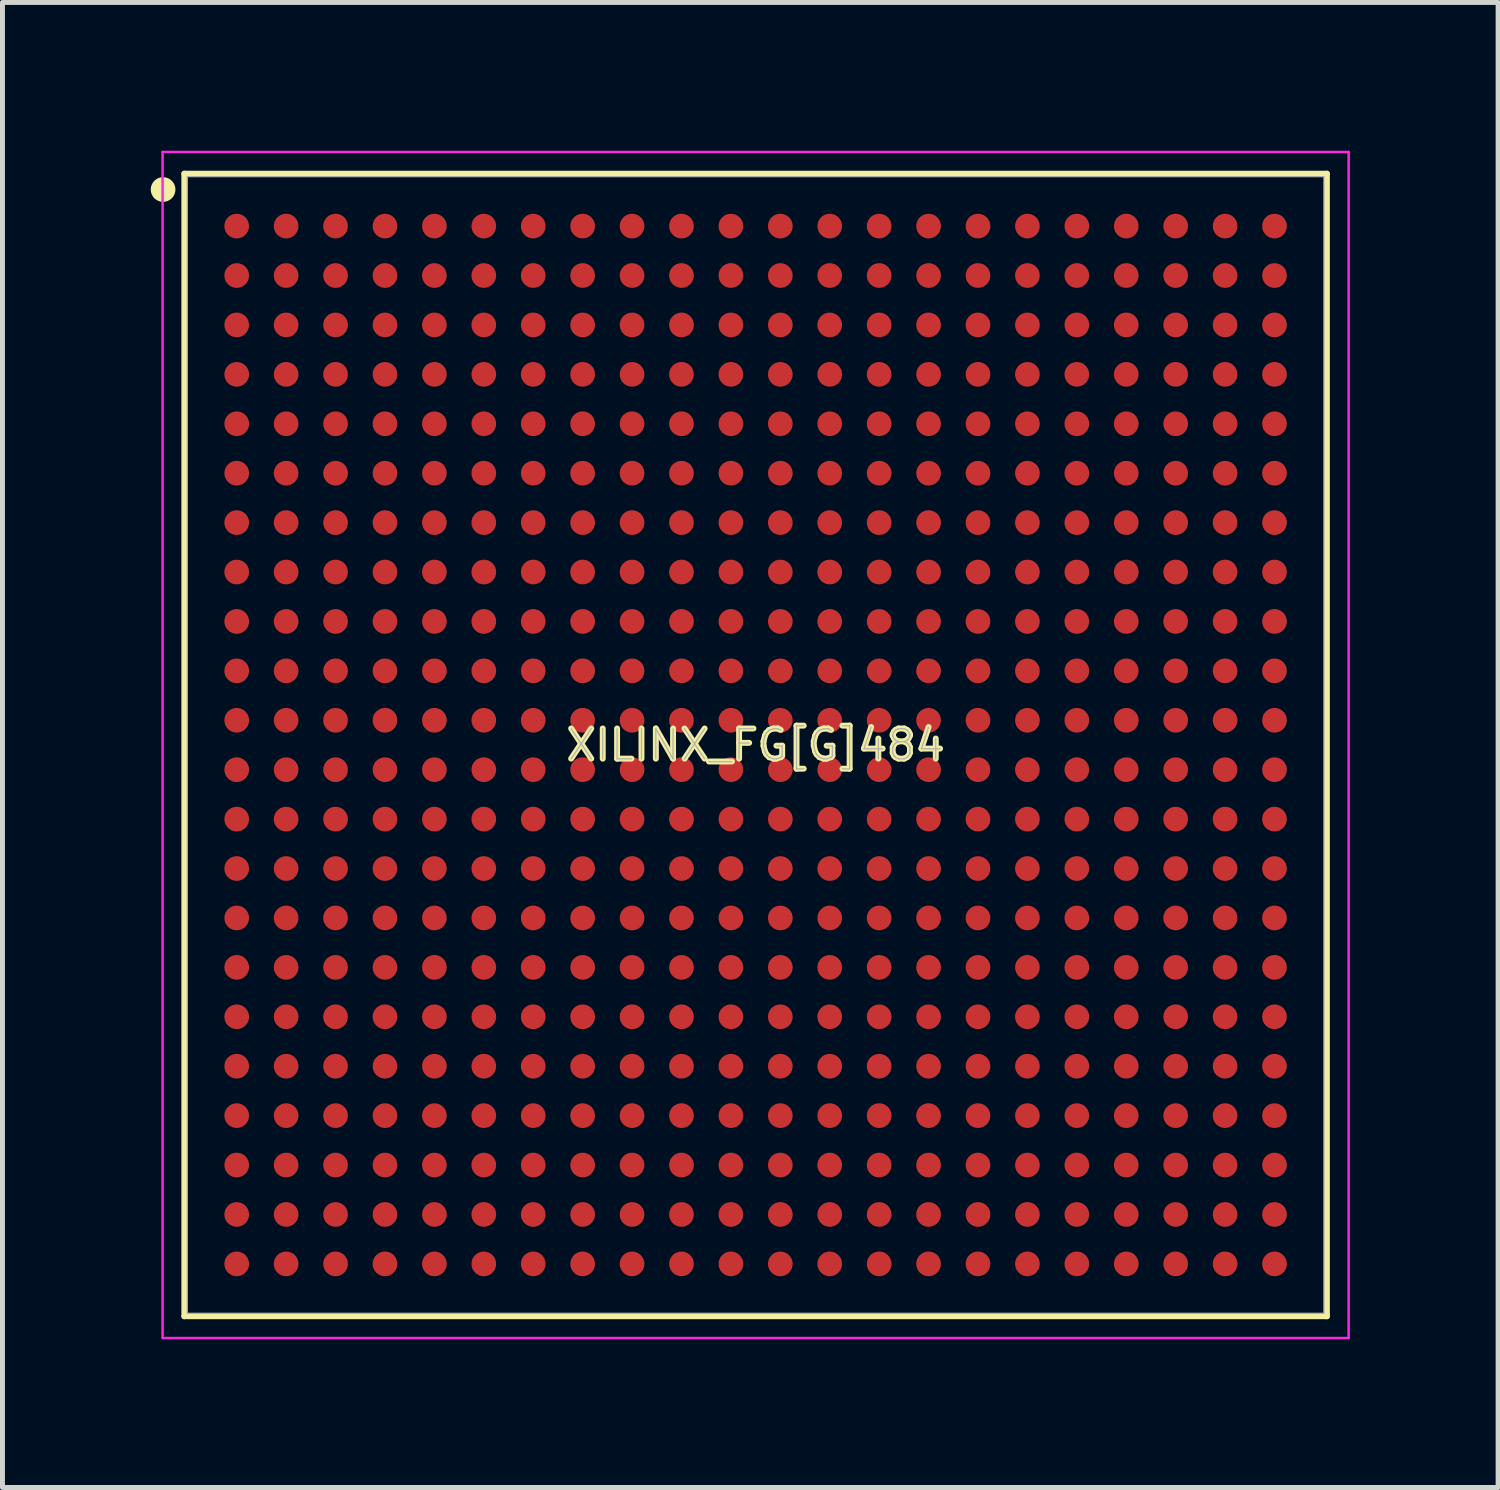
<source format=kicad_pcb>
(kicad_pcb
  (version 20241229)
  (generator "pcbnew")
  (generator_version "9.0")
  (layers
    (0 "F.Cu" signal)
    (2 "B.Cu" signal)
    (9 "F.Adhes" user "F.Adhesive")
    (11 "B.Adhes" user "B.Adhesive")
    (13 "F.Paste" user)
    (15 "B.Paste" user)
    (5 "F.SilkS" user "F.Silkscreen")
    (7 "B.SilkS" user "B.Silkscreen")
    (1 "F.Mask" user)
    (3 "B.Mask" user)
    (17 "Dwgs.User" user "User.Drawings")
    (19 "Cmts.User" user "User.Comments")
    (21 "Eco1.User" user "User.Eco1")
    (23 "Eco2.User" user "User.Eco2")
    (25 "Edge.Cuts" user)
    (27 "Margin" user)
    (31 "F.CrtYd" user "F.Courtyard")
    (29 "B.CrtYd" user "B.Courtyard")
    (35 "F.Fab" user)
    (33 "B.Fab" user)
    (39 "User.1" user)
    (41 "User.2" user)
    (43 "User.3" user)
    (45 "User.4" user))
  (footprint "XILINX_FG[G]484"
    (layer "F.Cu")
    (at 12.24 12.025)
    (property "Reference" "XILINX_FG[G]484" (at 0 0 0) (layer "F.SilkS") (effects (font (size 0.61 0.61) (thickness 0.12))))
    (attr smd)
    (fp_line (start -11.56 -11.56) (end -11.56 11.56) (stroke (width 0.12) (type solid)) (layer "F.SilkS"))
    (fp_line (start -11.56 11.56) (end 11.56 11.56) (stroke (width 0.12) (type solid)) (layer "F.SilkS"))
    (fp_line (start 11.56 -11.56) (end -11.56 -11.56) (stroke (width 0.12) (type solid)) (layer "F.SilkS"))
    (fp_line (start 11.56 11.56) (end 11.56 -11.56) (stroke (width 0.12) (type solid)) (layer "F.SilkS"))
    (fp_circle (center -11.99 -11.24) (end -11.865 -11.24) (stroke (width 0.25) (type solid)) (fill no) (layer "F.SilkS"))
    (fp_line (start -12 -12) (end 12 -12) (stroke (width 0.05) (type solid)) (layer "F.CrtYd"))
    (fp_line (start -12 12) (end -12 -12) (stroke (width 0.05) (type solid)) (layer "F.CrtYd"))
    (fp_line (start 12 -12) (end 12 12) (stroke (width 0.05) (type solid)) (layer "F.CrtYd"))
    (fp_line (start 12 12) (end -12 12) (stroke (width 0.05) (type solid)) (layer "F.CrtYd"))
    (fp_line (start -11.5 -11.5) (end 11.5 -11.5) (stroke (width 0.025) (type solid)) (layer "F.Fab"))
    (fp_line (start -11.5 11.5) (end -11.5 -11.5) (stroke (width 0.025) (type solid)) (layer "F.Fab"))
    (fp_line (start 11.5 -11.5) (end 11.5 11.5) (stroke (width 0.025) (type solid)) (layer "F.Fab"))
    (fp_line (start 11.5 11.5) (end -11.5 11.5) (stroke (width 0.025) (type solid)) (layer "F.Fab"))
    (fp_text user "${REFERENCE}" (at 0 0 0) (layer "F.Fab") (effects (font (size 0.61 0.61) (thickness 0.025))))
    (pad "A1" smd circle (at -10.5 -10.5) (size 0.5 0.5) (layers "F.Cu" "F.Mask" "F.Paste"))
    (pad "A2" smd circle (at -9.5 -10.5) (size 0.5 0.5) (layers "F.Cu" "F.Mask" "F.Paste"))
    (pad "A3" smd circle (at -8.5 -10.5) (size 0.5 0.5) (layers "F.Cu" "F.Mask" "F.Paste"))
    (pad "A4" smd circle (at -7.5 -10.5) (size 0.5 0.5) (layers "F.Cu" "F.Mask" "F.Paste"))
    (pad "A5" smd circle (at -6.5 -10.5) (size 0.5 0.5) (layers "F.Cu" "F.Mask" "F.Paste"))
    (pad "A6" smd circle (at -5.5 -10.5) (size 0.5 0.5) (layers "F.Cu" "F.Mask" "F.Paste"))
    (pad "A7" smd circle (at -4.5 -10.5) (size 0.5 0.5) (layers "F.Cu" "F.Mask" "F.Paste"))
    (pad "A8" smd circle (at -3.5 -10.5) (size 0.5 0.5) (layers "F.Cu" "F.Mask" "F.Paste"))
    (pad "A9" smd circle (at -2.5 -10.5) (size 0.5 0.5) (layers "F.Cu" "F.Mask" "F.Paste"))
    (pad "A10" smd circle (at -1.5 -10.5) (size 0.5 0.5) (layers "F.Cu" "F.Mask" "F.Paste"))
    (pad "A11" smd circle (at -0.5 -10.5) (size 0.5 0.5) (layers "F.Cu" "F.Mask" "F.Paste"))
    (pad "A12" smd circle (at 0.5 -10.5) (size 0.5 0.5) (layers "F.Cu" "F.Mask" "F.Paste"))
    (pad "A13" smd circle (at 1.5 -10.5) (size 0.5 0.5) (layers "F.Cu" "F.Mask" "F.Paste"))
    (pad "A14" smd circle (at 2.5 -10.5) (size 0.5 0.5) (layers "F.Cu" "F.Mask" "F.Paste"))
    (pad "A15" smd circle (at 3.5 -10.5) (size 0.5 0.5) (layers "F.Cu" "F.Mask" "F.Paste"))
    (pad "A16" smd circle (at 4.5 -10.5) (size 0.5 0.5) (layers "F.Cu" "F.Mask" "F.Paste"))
    (pad "A17" smd circle (at 5.5 -10.5) (size 0.5 0.5) (layers "F.Cu" "F.Mask" "F.Paste"))
    (pad "A18" smd circle (at 6.5 -10.5) (size 0.5 0.5) (layers "F.Cu" "F.Mask" "F.Paste"))
    (pad "A19" smd circle (at 7.5 -10.5) (size 0.5 0.5) (layers "F.Cu" "F.Mask" "F.Paste"))
    (pad "A20" smd circle (at 8.5 -10.5) (size 0.5 0.5) (layers "F.Cu" "F.Mask" "F.Paste"))
    (pad "A21" smd circle (at 9.5 -10.5) (size 0.5 0.5) (layers "F.Cu" "F.Mask" "F.Paste"))
    (pad "A22" smd circle (at 10.5 -10.5) (size 0.5 0.5) (layers "F.Cu" "F.Mask" "F.Paste"))
    (pad "AA1" smd circle (at -10.5 9.5) (size 0.5 0.5) (layers "F.Cu" "F.Mask" "F.Paste"))
    (pad "AA2" smd circle (at -9.5 9.5) (size 0.5 0.5) (layers "F.Cu" "F.Mask" "F.Paste"))
    (pad "AA3" smd circle (at -8.5 9.5) (size 0.5 0.5) (layers "F.Cu" "F.Mask" "F.Paste"))
    (pad "AA4" smd circle (at -7.5 9.5) (size 0.5 0.5) (layers "F.Cu" "F.Mask" "F.Paste"))
    (pad "AA5" smd circle (at -6.5 9.5) (size 0.5 0.5) (layers "F.Cu" "F.Mask" "F.Paste"))
    (pad "AA6" smd circle (at -5.5 9.5) (size 0.5 0.5) (layers "F.Cu" "F.Mask" "F.Paste"))
    (pad "AA7" smd circle (at -4.5 9.5) (size 0.5 0.5) (layers "F.Cu" "F.Mask" "F.Paste"))
    (pad "AA8" smd circle (at -3.5 9.5) (size 0.5 0.5) (layers "F.Cu" "F.Mask" "F.Paste"))
    (pad "AA9" smd circle (at -2.5 9.5) (size 0.5 0.5) (layers "F.Cu" "F.Mask" "F.Paste"))
    (pad "AA10" smd circle (at -1.5 9.5) (size 0.5 0.5) (layers "F.Cu" "F.Mask" "F.Paste"))
    (pad "AA11" smd circle (at -0.5 9.5) (size 0.5 0.5) (layers "F.Cu" "F.Mask" "F.Paste"))
    (pad "AA12" smd circle (at 0.5 9.5) (size 0.5 0.5) (layers "F.Cu" "F.Mask" "F.Paste"))
    (pad "AA13" smd circle (at 1.5 9.5) (size 0.5 0.5) (layers "F.Cu" "F.Mask" "F.Paste"))
    (pad "AA14" smd circle (at 2.5 9.5) (size 0.5 0.5) (layers "F.Cu" "F.Mask" "F.Paste"))
    (pad "AA15" smd circle (at 3.5 9.5) (size 0.5 0.5) (layers "F.Cu" "F.Mask" "F.Paste"))
    (pad "AA16" smd circle (at 4.5 9.5) (size 0.5 0.5) (layers "F.Cu" "F.Mask" "F.Paste"))
    (pad "AA17" smd circle (at 5.5 9.5) (size 0.5 0.5) (layers "F.Cu" "F.Mask" "F.Paste"))
    (pad "AA18" smd circle (at 6.5 9.5) (size 0.5 0.5) (layers "F.Cu" "F.Mask" "F.Paste"))
    (pad "AA19" smd circle (at 7.5 9.5) (size 0.5 0.5) (layers "F.Cu" "F.Mask" "F.Paste"))
    (pad "AA20" smd circle (at 8.5 9.5) (size 0.5 0.5) (layers "F.Cu" "F.Mask" "F.Paste"))
    (pad "AA21" smd circle (at 9.5 9.5) (size 0.5 0.5) (layers "F.Cu" "F.Mask" "F.Paste"))
    (pad "AA22" smd circle (at 10.5 9.5) (size 0.5 0.5) (layers "F.Cu" "F.Mask" "F.Paste"))
    (pad "AB1" smd circle (at -10.5 10.5) (size 0.5 0.5) (layers "F.Cu" "F.Mask" "F.Paste"))
    (pad "AB2" smd circle (at -9.5 10.5) (size 0.5 0.5) (layers "F.Cu" "F.Mask" "F.Paste"))
    (pad "AB3" smd circle (at -8.5 10.5) (size 0.5 0.5) (layers "F.Cu" "F.Mask" "F.Paste"))
    (pad "AB4" smd circle (at -7.5 10.5) (size 0.5 0.5) (layers "F.Cu" "F.Mask" "F.Paste"))
    (pad "AB5" smd circle (at -6.5 10.5) (size 0.5 0.5) (layers "F.Cu" "F.Mask" "F.Paste"))
    (pad "AB6" smd circle (at -5.5 10.5) (size 0.5 0.5) (layers "F.Cu" "F.Mask" "F.Paste"))
    (pad "AB7" smd circle (at -4.5 10.5) (size 0.5 0.5) (layers "F.Cu" "F.Mask" "F.Paste"))
    (pad "AB8" smd circle (at -3.5 10.5) (size 0.5 0.5) (layers "F.Cu" "F.Mask" "F.Paste"))
    (pad "AB9" smd circle (at -2.5 10.5) (size 0.5 0.5) (layers "F.Cu" "F.Mask" "F.Paste"))
    (pad "AB10" smd circle (at -1.5 10.5) (size 0.5 0.5) (layers "F.Cu" "F.Mask" "F.Paste"))
    (pad "AB11" smd circle (at -0.5 10.5) (size 0.5 0.5) (layers "F.Cu" "F.Mask" "F.Paste"))
    (pad "AB12" smd circle (at 0.5 10.5) (size 0.5 0.5) (layers "F.Cu" "F.Mask" "F.Paste"))
    (pad "AB13" smd circle (at 1.5 10.5) (size 0.5 0.5) (layers "F.Cu" "F.Mask" "F.Paste"))
    (pad "AB14" smd circle (at 2.5 10.5) (size 0.5 0.5) (layers "F.Cu" "F.Mask" "F.Paste"))
    (pad "AB15" smd circle (at 3.5 10.5) (size 0.5 0.5) (layers "F.Cu" "F.Mask" "F.Paste"))
    (pad "AB16" smd circle (at 4.5 10.5) (size 0.5 0.5) (layers "F.Cu" "F.Mask" "F.Paste"))
    (pad "AB17" smd circle (at 5.5 10.5) (size 0.5 0.5) (layers "F.Cu" "F.Mask" "F.Paste"))
    (pad "AB18" smd circle (at 6.5 10.5) (size 0.5 0.5) (layers "F.Cu" "F.Mask" "F.Paste"))
    (pad "AB19" smd circle (at 7.5 10.5) (size 0.5 0.5) (layers "F.Cu" "F.Mask" "F.Paste"))
    (pad "AB20" smd circle (at 8.5 10.5) (size 0.5 0.5) (layers "F.Cu" "F.Mask" "F.Paste"))
    (pad "AB21" smd circle (at 9.5 10.5) (size 0.5 0.5) (layers "F.Cu" "F.Mask" "F.Paste"))
    (pad "AB22" smd circle (at 10.5 10.5) (size 0.5 0.5) (layers "F.Cu" "F.Mask" "F.Paste"))
    (pad "B1" smd circle (at -10.5 -9.5) (size 0.5 0.5) (layers "F.Cu" "F.Mask" "F.Paste"))
    (pad "B2" smd circle (at -9.5 -9.5) (size 0.5 0.5) (layers "F.Cu" "F.Mask" "F.Paste"))
    (pad "B3" smd circle (at -8.5 -9.5) (size 0.5 0.5) (layers "F.Cu" "F.Mask" "F.Paste"))
    (pad "B4" smd circle (at -7.5 -9.5) (size 0.5 0.5) (layers "F.Cu" "F.Mask" "F.Paste"))
    (pad "B5" smd circle (at -6.5 -9.5) (size 0.5 0.5) (layers "F.Cu" "F.Mask" "F.Paste"))
    (pad "B6" smd circle (at -5.5 -9.5) (size 0.5 0.5) (layers "F.Cu" "F.Mask" "F.Paste"))
    (pad "B7" smd circle (at -4.5 -9.5) (size 0.5 0.5) (layers "F.Cu" "F.Mask" "F.Paste"))
    (pad "B8" smd circle (at -3.5 -9.5) (size 0.5 0.5) (layers "F.Cu" "F.Mask" "F.Paste"))
    (pad "B9" smd circle (at -2.5 -9.5) (size 0.5 0.5) (layers "F.Cu" "F.Mask" "F.Paste"))
    (pad "B10" smd circle (at -1.5 -9.5) (size 0.5 0.5) (layers "F.Cu" "F.Mask" "F.Paste"))
    (pad "B11" smd circle (at -0.5 -9.5) (size 0.5 0.5) (layers "F.Cu" "F.Mask" "F.Paste"))
    (pad "B12" smd circle (at 0.5 -9.5) (size 0.5 0.5) (layers "F.Cu" "F.Mask" "F.Paste"))
    (pad "B13" smd circle (at 1.5 -9.5) (size 0.5 0.5) (layers "F.Cu" "F.Mask" "F.Paste"))
    (pad "B14" smd circle (at 2.5 -9.5) (size 0.5 0.5) (layers "F.Cu" "F.Mask" "F.Paste"))
    (pad "B15" smd circle (at 3.5 -9.5) (size 0.5 0.5) (layers "F.Cu" "F.Mask" "F.Paste"))
    (pad "B16" smd circle (at 4.5 -9.5) (size 0.5 0.5) (layers "F.Cu" "F.Mask" "F.Paste"))
    (pad "B17" smd circle (at 5.5 -9.5) (size 0.5 0.5) (layers "F.Cu" "F.Mask" "F.Paste"))
    (pad "B18" smd circle (at 6.5 -9.5) (size 0.5 0.5) (layers "F.Cu" "F.Mask" "F.Paste"))
    (pad "B19" smd circle (at 7.5 -9.5) (size 0.5 0.5) (layers "F.Cu" "F.Mask" "F.Paste"))
    (pad "B20" smd circle (at 8.5 -9.5) (size 0.5 0.5) (layers "F.Cu" "F.Mask" "F.Paste"))
    (pad "B21" smd circle (at 9.5 -9.5) (size 0.5 0.5) (layers "F.Cu" "F.Mask" "F.Paste"))
    (pad "B22" smd circle (at 10.5 -9.5) (size 0.5 0.5) (layers "F.Cu" "F.Mask" "F.Paste"))
    (pad "C1" smd circle (at -10.5 -8.5) (size 0.5 0.5) (layers "F.Cu" "F.Mask" "F.Paste"))
    (pad "C2" smd circle (at -9.5 -8.5) (size 0.5 0.5) (layers "F.Cu" "F.Mask" "F.Paste"))
    (pad "C3" smd circle (at -8.5 -8.5) (size 0.5 0.5) (layers "F.Cu" "F.Mask" "F.Paste"))
    (pad "C4" smd circle (at -7.5 -8.5) (size 0.5 0.5) (layers "F.Cu" "F.Mask" "F.Paste"))
    (pad "C5" smd circle (at -6.5 -8.5) (size 0.5 0.5) (layers "F.Cu" "F.Mask" "F.Paste"))
    (pad "C6" smd circle (at -5.5 -8.5) (size 0.5 0.5) (layers "F.Cu" "F.Mask" "F.Paste"))
    (pad "C7" smd circle (at -4.5 -8.5) (size 0.5 0.5) (layers "F.Cu" "F.Mask" "F.Paste"))
    (pad "C8" smd circle (at -3.5 -8.5) (size 0.5 0.5) (layers "F.Cu" "F.Mask" "F.Paste"))
    (pad "C9" smd circle (at -2.5 -8.5) (size 0.5 0.5) (layers "F.Cu" "F.Mask" "F.Paste"))
    (pad "C10" smd circle (at -1.5 -8.5) (size 0.5 0.5) (layers "F.Cu" "F.Mask" "F.Paste"))
    (pad "C11" smd circle (at -0.5 -8.5) (size 0.5 0.5) (layers "F.Cu" "F.Mask" "F.Paste"))
    (pad "C12" smd circle (at 0.5 -8.5) (size 0.5 0.5) (layers "F.Cu" "F.Mask" "F.Paste"))
    (pad "C13" smd circle (at 1.5 -8.5) (size 0.5 0.5) (layers "F.Cu" "F.Mask" "F.Paste"))
    (pad "C14" smd circle (at 2.5 -8.5) (size 0.5 0.5) (layers "F.Cu" "F.Mask" "F.Paste"))
    (pad "C15" smd circle (at 3.5 -8.5) (size 0.5 0.5) (layers "F.Cu" "F.Mask" "F.Paste"))
    (pad "C16" smd circle (at 4.5 -8.5) (size 0.5 0.5) (layers "F.Cu" "F.Mask" "F.Paste"))
    (pad "C17" smd circle (at 5.5 -8.5) (size 0.5 0.5) (layers "F.Cu" "F.Mask" "F.Paste"))
    (pad "C18" smd circle (at 6.5 -8.5) (size 0.5 0.5) (layers "F.Cu" "F.Mask" "F.Paste"))
    (pad "C19" smd circle (at 7.5 -8.5) (size 0.5 0.5) (layers "F.Cu" "F.Mask" "F.Paste"))
    (pad "C20" smd circle (at 8.5 -8.5) (size 0.5 0.5) (layers "F.Cu" "F.Mask" "F.Paste"))
    (pad "C21" smd circle (at 9.5 -8.5) (size 0.5 0.5) (layers "F.Cu" "F.Mask" "F.Paste"))
    (pad "C22" smd circle (at 10.5 -8.5) (size 0.5 0.5) (layers "F.Cu" "F.Mask" "F.Paste"))
    (pad "D1" smd circle (at -10.5 -7.5) (size 0.5 0.5) (layers "F.Cu" "F.Mask" "F.Paste"))
    (pad "D2" smd circle (at -9.5 -7.5) (size 0.5 0.5) (layers "F.Cu" "F.Mask" "F.Paste"))
    (pad "D3" smd circle (at -8.5 -7.5) (size 0.5 0.5) (layers "F.Cu" "F.Mask" "F.Paste"))
    (pad "D4" smd circle (at -7.5 -7.5) (size 0.5 0.5) (layers "F.Cu" "F.Mask" "F.Paste"))
    (pad "D5" smd circle (at -6.5 -7.5) (size 0.5 0.5) (layers "F.Cu" "F.Mask" "F.Paste"))
    (pad "D6" smd circle (at -5.5 -7.5) (size 0.5 0.5) (layers "F.Cu" "F.Mask" "F.Paste"))
    (pad "D7" smd circle (at -4.5 -7.5) (size 0.5 0.5) (layers "F.Cu" "F.Mask" "F.Paste"))
    (pad "D8" smd circle (at -3.5 -7.5) (size 0.5 0.5) (layers "F.Cu" "F.Mask" "F.Paste"))
    (pad "D9" smd circle (at -2.5 -7.5) (size 0.5 0.5) (layers "F.Cu" "F.Mask" "F.Paste"))
    (pad "D10" smd circle (at -1.5 -7.5) (size 0.5 0.5) (layers "F.Cu" "F.Mask" "F.Paste"))
    (pad "D11" smd circle (at -0.5 -7.5) (size 0.5 0.5) (layers "F.Cu" "F.Mask" "F.Paste"))
    (pad "D12" smd circle (at 0.5 -7.5) (size 0.5 0.5) (layers "F.Cu" "F.Mask" "F.Paste"))
    (pad "D13" smd circle (at 1.5 -7.5) (size 0.5 0.5) (layers "F.Cu" "F.Mask" "F.Paste"))
    (pad "D14" smd circle (at 2.5 -7.5) (size 0.5 0.5) (layers "F.Cu" "F.Mask" "F.Paste"))
    (pad "D15" smd circle (at 3.5 -7.5) (size 0.5 0.5) (layers "F.Cu" "F.Mask" "F.Paste"))
    (pad "D16" smd circle (at 4.5 -7.5) (size 0.5 0.5) (layers "F.Cu" "F.Mask" "F.Paste"))
    (pad "D17" smd circle (at 5.5 -7.5) (size 0.5 0.5) (layers "F.Cu" "F.Mask" "F.Paste"))
    (pad "D18" smd circle (at 6.5 -7.5) (size 0.5 0.5) (layers "F.Cu" "F.Mask" "F.Paste"))
    (pad "D19" smd circle (at 7.5 -7.5) (size 0.5 0.5) (layers "F.Cu" "F.Mask" "F.Paste"))
    (pad "D20" smd circle (at 8.5 -7.5) (size 0.5 0.5) (layers "F.Cu" "F.Mask" "F.Paste"))
    (pad "D21" smd circle (at 9.5 -7.5) (size 0.5 0.5) (layers "F.Cu" "F.Mask" "F.Paste"))
    (pad "D22" smd circle (at 10.5 -7.5) (size 0.5 0.5) (layers "F.Cu" "F.Mask" "F.Paste"))
    (pad "E1" smd circle (at -10.5 -6.5) (size 0.5 0.5) (layers "F.Cu" "F.Mask" "F.Paste"))
    (pad "E2" smd circle (at -9.5 -6.5) (size 0.5 0.5) (layers "F.Cu" "F.Mask" "F.Paste"))
    (pad "E3" smd circle (at -8.5 -6.5) (size 0.5 0.5) (layers "F.Cu" "F.Mask" "F.Paste"))
    (pad "E4" smd circle (at -7.5 -6.5) (size 0.5 0.5) (layers "F.Cu" "F.Mask" "F.Paste"))
    (pad "E5" smd circle (at -6.5 -6.5) (size 0.5 0.5) (layers "F.Cu" "F.Mask" "F.Paste"))
    (pad "E6" smd circle (at -5.5 -6.5) (size 0.5 0.5) (layers "F.Cu" "F.Mask" "F.Paste"))
    (pad "E7" smd circle (at -4.5 -6.5) (size 0.5 0.5) (layers "F.Cu" "F.Mask" "F.Paste"))
    (pad "E8" smd circle (at -3.5 -6.5) (size 0.5 0.5) (layers "F.Cu" "F.Mask" "F.Paste"))
    (pad "E9" smd circle (at -2.5 -6.5) (size 0.5 0.5) (layers "F.Cu" "F.Mask" "F.Paste"))
    (pad "E10" smd circle (at -1.5 -6.5) (size 0.5 0.5) (layers "F.Cu" "F.Mask" "F.Paste"))
    (pad "E11" smd circle (at -0.5 -6.5) (size 0.5 0.5) (layers "F.Cu" "F.Mask" "F.Paste"))
    (pad "E12" smd circle (at 0.5 -6.5) (size 0.5 0.5) (layers "F.Cu" "F.Mask" "F.Paste"))
    (pad "E13" smd circle (at 1.5 -6.5) (size 0.5 0.5) (layers "F.Cu" "F.Mask" "F.Paste"))
    (pad "E14" smd circle (at 2.5 -6.5) (size 0.5 0.5) (layers "F.Cu" "F.Mask" "F.Paste"))
    (pad "E15" smd circle (at 3.5 -6.5) (size 0.5 0.5) (layers "F.Cu" "F.Mask" "F.Paste"))
    (pad "E16" smd circle (at 4.5 -6.5) (size 0.5 0.5) (layers "F.Cu" "F.Mask" "F.Paste"))
    (pad "E17" smd circle (at 5.5 -6.5) (size 0.5 0.5) (layers "F.Cu" "F.Mask" "F.Paste"))
    (pad "E18" smd circle (at 6.5 -6.5) (size 0.5 0.5) (layers "F.Cu" "F.Mask" "F.Paste"))
    (pad "E19" smd circle (at 7.5 -6.5) (size 0.5 0.5) (layers "F.Cu" "F.Mask" "F.Paste"))
    (pad "E20" smd circle (at 8.5 -6.5) (size 0.5 0.5) (layers "F.Cu" "F.Mask" "F.Paste"))
    (pad "E21" smd circle (at 9.5 -6.5) (size 0.5 0.5) (layers "F.Cu" "F.Mask" "F.Paste"))
    (pad "E22" smd circle (at 10.5 -6.5) (size 0.5 0.5) (layers "F.Cu" "F.Mask" "F.Paste"))
    (pad "F1" smd circle (at -10.5 -5.5) (size 0.5 0.5) (layers "F.Cu" "F.Mask" "F.Paste"))
    (pad "F2" smd circle (at -9.5 -5.5) (size 0.5 0.5) (layers "F.Cu" "F.Mask" "F.Paste"))
    (pad "F3" smd circle (at -8.5 -5.5) (size 0.5 0.5) (layers "F.Cu" "F.Mask" "F.Paste"))
    (pad "F4" smd circle (at -7.5 -5.5) (size 0.5 0.5) (layers "F.Cu" "F.Mask" "F.Paste"))
    (pad "F5" smd circle (at -6.5 -5.5) (size 0.5 0.5) (layers "F.Cu" "F.Mask" "F.Paste"))
    (pad "F6" smd circle (at -5.5 -5.5) (size 0.5 0.5) (layers "F.Cu" "F.Mask" "F.Paste"))
    (pad "F7" smd circle (at -4.5 -5.5) (size 0.5 0.5) (layers "F.Cu" "F.Mask" "F.Paste"))
    (pad "F8" smd circle (at -3.5 -5.5) (size 0.5 0.5) (layers "F.Cu" "F.Mask" "F.Paste"))
    (pad "F9" smd circle (at -2.5 -5.5) (size 0.5 0.5) (layers "F.Cu" "F.Mask" "F.Paste"))
    (pad "F10" smd circle (at -1.5 -5.5) (size 0.5 0.5) (layers "F.Cu" "F.Mask" "F.Paste"))
    (pad "F11" smd circle (at -0.5 -5.5) (size 0.5 0.5) (layers "F.Cu" "F.Mask" "F.Paste"))
    (pad "F12" smd circle (at 0.5 -5.5) (size 0.5 0.5) (layers "F.Cu" "F.Mask" "F.Paste"))
    (pad "F13" smd circle (at 1.5 -5.5) (size 0.5 0.5) (layers "F.Cu" "F.Mask" "F.Paste"))
    (pad "F14" smd circle (at 2.5 -5.5) (size 0.5 0.5) (layers "F.Cu" "F.Mask" "F.Paste"))
    (pad "F15" smd circle (at 3.5 -5.5) (size 0.5 0.5) (layers "F.Cu" "F.Mask" "F.Paste"))
    (pad "F16" smd circle (at 4.5 -5.5) (size 0.5 0.5) (layers "F.Cu" "F.Mask" "F.Paste"))
    (pad "F17" smd circle (at 5.5 -5.5) (size 0.5 0.5) (layers "F.Cu" "F.Mask" "F.Paste"))
    (pad "F18" smd circle (at 6.5 -5.5) (size 0.5 0.5) (layers "F.Cu" "F.Mask" "F.Paste"))
    (pad "F19" smd circle (at 7.5 -5.5) (size 0.5 0.5) (layers "F.Cu" "F.Mask" "F.Paste"))
    (pad "F20" smd circle (at 8.5 -5.5) (size 0.5 0.5) (layers "F.Cu" "F.Mask" "F.Paste"))
    (pad "F21" smd circle (at 9.5 -5.5) (size 0.5 0.5) (layers "F.Cu" "F.Mask" "F.Paste"))
    (pad "F22" smd circle (at 10.5 -5.5) (size 0.5 0.5) (layers "F.Cu" "F.Mask" "F.Paste"))
    (pad "G1" smd circle (at -10.5 -4.5) (size 0.5 0.5) (layers "F.Cu" "F.Mask" "F.Paste"))
    (pad "G2" smd circle (at -9.5 -4.5) (size 0.5 0.5) (layers "F.Cu" "F.Mask" "F.Paste"))
    (pad "G3" smd circle (at -8.5 -4.5) (size 0.5 0.5) (layers "F.Cu" "F.Mask" "F.Paste"))
    (pad "G4" smd circle (at -7.5 -4.5) (size 0.5 0.5) (layers "F.Cu" "F.Mask" "F.Paste"))
    (pad "G5" smd circle (at -6.5 -4.5) (size 0.5 0.5) (layers "F.Cu" "F.Mask" "F.Paste"))
    (pad "G6" smd circle (at -5.5 -4.5) (size 0.5 0.5) (layers "F.Cu" "F.Mask" "F.Paste"))
    (pad "G7" smd circle (at -4.5 -4.5) (size 0.5 0.5) (layers "F.Cu" "F.Mask" "F.Paste"))
    (pad "G8" smd circle (at -3.5 -4.5) (size 0.5 0.5) (layers "F.Cu" "F.Mask" "F.Paste"))
    (pad "G9" smd circle (at -2.5 -4.5) (size 0.5 0.5) (layers "F.Cu" "F.Mask" "F.Paste"))
    (pad "G10" smd circle (at -1.5 -4.5) (size 0.5 0.5) (layers "F.Cu" "F.Mask" "F.Paste"))
    (pad "G11" smd circle (at -0.5 -4.5) (size 0.5 0.5) (layers "F.Cu" "F.Mask" "F.Paste"))
    (pad "G12" smd circle (at 0.5 -4.5) (size 0.5 0.5) (layers "F.Cu" "F.Mask" "F.Paste"))
    (pad "G13" smd circle (at 1.5 -4.5) (size 0.5 0.5) (layers "F.Cu" "F.Mask" "F.Paste"))
    (pad "G14" smd circle (at 2.5 -4.5) (size 0.5 0.5) (layers "F.Cu" "F.Mask" "F.Paste"))
    (pad "G15" smd circle (at 3.5 -4.5) (size 0.5 0.5) (layers "F.Cu" "F.Mask" "F.Paste"))
    (pad "G16" smd circle (at 4.5 -4.5) (size 0.5 0.5) (layers "F.Cu" "F.Mask" "F.Paste"))
    (pad "G17" smd circle (at 5.5 -4.5) (size 0.5 0.5) (layers "F.Cu" "F.Mask" "F.Paste"))
    (pad "G18" smd circle (at 6.5 -4.5) (size 0.5 0.5) (layers "F.Cu" "F.Mask" "F.Paste"))
    (pad "G19" smd circle (at 7.5 -4.5) (size 0.5 0.5) (layers "F.Cu" "F.Mask" "F.Paste"))
    (pad "G20" smd circle (at 8.5 -4.5) (size 0.5 0.5) (layers "F.Cu" "F.Mask" "F.Paste"))
    (pad "G21" smd circle (at 9.5 -4.5) (size 0.5 0.5) (layers "F.Cu" "F.Mask" "F.Paste"))
    (pad "G22" smd circle (at 10.5 -4.5) (size 0.5 0.5) (layers "F.Cu" "F.Mask" "F.Paste"))
    (pad "H1" smd circle (at -10.5 -3.5) (size 0.5 0.5) (layers "F.Cu" "F.Mask" "F.Paste"))
    (pad "H2" smd circle (at -9.5 -3.5) (size 0.5 0.5) (layers "F.Cu" "F.Mask" "F.Paste"))
    (pad "H3" smd circle (at -8.5 -3.5) (size 0.5 0.5) (layers "F.Cu" "F.Mask" "F.Paste"))
    (pad "H4" smd circle (at -7.5 -3.5) (size 0.5 0.5) (layers "F.Cu" "F.Mask" "F.Paste"))
    (pad "H5" smd circle (at -6.5 -3.5) (size 0.5 0.5) (layers "F.Cu" "F.Mask" "F.Paste"))
    (pad "H6" smd circle (at -5.5 -3.5) (size 0.5 0.5) (layers "F.Cu" "F.Mask" "F.Paste"))
    (pad "H7" smd circle (at -4.5 -3.5) (size 0.5 0.5) (layers "F.Cu" "F.Mask" "F.Paste"))
    (pad "H8" smd circle (at -3.5 -3.5) (size 0.5 0.5) (layers "F.Cu" "F.Mask" "F.Paste"))
    (pad "H9" smd circle (at -2.5 -3.5) (size 0.5 0.5) (layers "F.Cu" "F.Mask" "F.Paste"))
    (pad "H10" smd circle (at -1.5 -3.5) (size 0.5 0.5) (layers "F.Cu" "F.Mask" "F.Paste"))
    (pad "H11" smd circle (at -0.5 -3.5) (size 0.5 0.5) (layers "F.Cu" "F.Mask" "F.Paste"))
    (pad "H12" smd circle (at 0.5 -3.5) (size 0.5 0.5) (layers "F.Cu" "F.Mask" "F.Paste"))
    (pad "H13" smd circle (at 1.5 -3.5) (size 0.5 0.5) (layers "F.Cu" "F.Mask" "F.Paste"))
    (pad "H14" smd circle (at 2.5 -3.5) (size 0.5 0.5) (layers "F.Cu" "F.Mask" "F.Paste"))
    (pad "H15" smd circle (at 3.5 -3.5) (size 0.5 0.5) (layers "F.Cu" "F.Mask" "F.Paste"))
    (pad "H16" smd circle (at 4.5 -3.5) (size 0.5 0.5) (layers "F.Cu" "F.Mask" "F.Paste"))
    (pad "H17" smd circle (at 5.5 -3.5) (size 0.5 0.5) (layers "F.Cu" "F.Mask" "F.Paste"))
    (pad "H18" smd circle (at 6.5 -3.5) (size 0.5 0.5) (layers "F.Cu" "F.Mask" "F.Paste"))
    (pad "H19" smd circle (at 7.5 -3.5) (size 0.5 0.5) (layers "F.Cu" "F.Mask" "F.Paste"))
    (pad "H20" smd circle (at 8.5 -3.5) (size 0.5 0.5) (layers "F.Cu" "F.Mask" "F.Paste"))
    (pad "H21" smd circle (at 9.5 -3.5) (size 0.5 0.5) (layers "F.Cu" "F.Mask" "F.Paste"))
    (pad "H22" smd circle (at 10.5 -3.5) (size 0.5 0.5) (layers "F.Cu" "F.Mask" "F.Paste"))
    (pad "J1" smd circle (at -10.5 -2.5) (size 0.5 0.5) (layers "F.Cu" "F.Mask" "F.Paste"))
    (pad "J2" smd circle (at -9.5 -2.5) (size 0.5 0.5) (layers "F.Cu" "F.Mask" "F.Paste"))
    (pad "J3" smd circle (at -8.5 -2.5) (size 0.5 0.5) (layers "F.Cu" "F.Mask" "F.Paste"))
    (pad "J4" smd circle (at -7.5 -2.5) (size 0.5 0.5) (layers "F.Cu" "F.Mask" "F.Paste"))
    (pad "J5" smd circle (at -6.5 -2.5) (size 0.5 0.5) (layers "F.Cu" "F.Mask" "F.Paste"))
    (pad "J6" smd circle (at -5.5 -2.5) (size 0.5 0.5) (layers "F.Cu" "F.Mask" "F.Paste"))
    (pad "J7" smd circle (at -4.5 -2.5) (size 0.5 0.5) (layers "F.Cu" "F.Mask" "F.Paste"))
    (pad "J8" smd circle (at -3.5 -2.5) (size 0.5 0.5) (layers "F.Cu" "F.Mask" "F.Paste"))
    (pad "J9" smd circle (at -2.5 -2.5) (size 0.5 0.5) (layers "F.Cu" "F.Mask" "F.Paste"))
    (pad "J10" smd circle (at -1.5 -2.5) (size 0.5 0.5) (layers "F.Cu" "F.Mask" "F.Paste"))
    (pad "J11" smd circle (at -0.5 -2.5) (size 0.5 0.5) (layers "F.Cu" "F.Mask" "F.Paste"))
    (pad "J12" smd circle (at 0.5 -2.5) (size 0.5 0.5) (layers "F.Cu" "F.Mask" "F.Paste"))
    (pad "J13" smd circle (at 1.5 -2.5) (size 0.5 0.5) (layers "F.Cu" "F.Mask" "F.Paste"))
    (pad "J14" smd circle (at 2.5 -2.5) (size 0.5 0.5) (layers "F.Cu" "F.Mask" "F.Paste"))
    (pad "J15" smd circle (at 3.5 -2.5) (size 0.5 0.5) (layers "F.Cu" "F.Mask" "F.Paste"))
    (pad "J16" smd circle (at 4.5 -2.5) (size 0.5 0.5) (layers "F.Cu" "F.Mask" "F.Paste"))
    (pad "J17" smd circle (at 5.5 -2.5) (size 0.5 0.5) (layers "F.Cu" "F.Mask" "F.Paste"))
    (pad "J18" smd circle (at 6.5 -2.5) (size 0.5 0.5) (layers "F.Cu" "F.Mask" "F.Paste"))
    (pad "J19" smd circle (at 7.5 -2.5) (size 0.5 0.5) (layers "F.Cu" "F.Mask" "F.Paste"))
    (pad "J20" smd circle (at 8.5 -2.5) (size 0.5 0.5) (layers "F.Cu" "F.Mask" "F.Paste"))
    (pad "J21" smd circle (at 9.5 -2.5) (size 0.5 0.5) (layers "F.Cu" "F.Mask" "F.Paste"))
    (pad "J22" smd circle (at 10.5 -2.5) (size 0.5 0.5) (layers "F.Cu" "F.Mask" "F.Paste"))
    (pad "K1" smd circle (at -10.5 -1.5) (size 0.5 0.5) (layers "F.Cu" "F.Mask" "F.Paste"))
    (pad "K2" smd circle (at -9.5 -1.5) (size 0.5 0.5) (layers "F.Cu" "F.Mask" "F.Paste"))
    (pad "K3" smd circle (at -8.5 -1.5) (size 0.5 0.5) (layers "F.Cu" "F.Mask" "F.Paste"))
    (pad "K4" smd circle (at -7.5 -1.5) (size 0.5 0.5) (layers "F.Cu" "F.Mask" "F.Paste"))
    (pad "K5" smd circle (at -6.5 -1.5) (size 0.5 0.5) (layers "F.Cu" "F.Mask" "F.Paste"))
    (pad "K6" smd circle (at -5.5 -1.5) (size 0.5 0.5) (layers "F.Cu" "F.Mask" "F.Paste"))
    (pad "K7" smd circle (at -4.5 -1.5) (size 0.5 0.5) (layers "F.Cu" "F.Mask" "F.Paste"))
    (pad "K8" smd circle (at -3.5 -1.5) (size 0.5 0.5) (layers "F.Cu" "F.Mask" "F.Paste"))
    (pad "K9" smd circle (at -2.5 -1.5) (size 0.5 0.5) (layers "F.Cu" "F.Mask" "F.Paste"))
    (pad "K10" smd circle (at -1.5 -1.5) (size 0.5 0.5) (layers "F.Cu" "F.Mask" "F.Paste"))
    (pad "K11" smd circle (at -0.5 -1.5) (size 0.5 0.5) (layers "F.Cu" "F.Mask" "F.Paste"))
    (pad "K12" smd circle (at 0.5 -1.5) (size 0.5 0.5) (layers "F.Cu" "F.Mask" "F.Paste"))
    (pad "K13" smd circle (at 1.5 -1.5) (size 0.5 0.5) (layers "F.Cu" "F.Mask" "F.Paste"))
    (pad "K14" smd circle (at 2.5 -1.5) (size 0.5 0.5) (layers "F.Cu" "F.Mask" "F.Paste"))
    (pad "K15" smd circle (at 3.5 -1.5) (size 0.5 0.5) (layers "F.Cu" "F.Mask" "F.Paste"))
    (pad "K16" smd circle (at 4.5 -1.5) (size 0.5 0.5) (layers "F.Cu" "F.Mask" "F.Paste"))
    (pad "K17" smd circle (at 5.5 -1.5) (size 0.5 0.5) (layers "F.Cu" "F.Mask" "F.Paste"))
    (pad "K18" smd circle (at 6.5 -1.5) (size 0.5 0.5) (layers "F.Cu" "F.Mask" "F.Paste"))
    (pad "K19" smd circle (at 7.5 -1.5) (size 0.5 0.5) (layers "F.Cu" "F.Mask" "F.Paste"))
    (pad "K20" smd circle (at 8.5 -1.5) (size 0.5 0.5) (layers "F.Cu" "F.Mask" "F.Paste"))
    (pad "K21" smd circle (at 9.5 -1.5) (size 0.5 0.5) (layers "F.Cu" "F.Mask" "F.Paste"))
    (pad "K22" smd circle (at 10.5 -1.5) (size 0.5 0.5) (layers "F.Cu" "F.Mask" "F.Paste"))
    (pad "L1" smd circle (at -10.5 -0.5) (size 0.5 0.5) (layers "F.Cu" "F.Mask" "F.Paste"))
    (pad "L2" smd circle (at -9.5 -0.5) (size 0.5 0.5) (layers "F.Cu" "F.Mask" "F.Paste"))
    (pad "L3" smd circle (at -8.5 -0.5) (size 0.5 0.5) (layers "F.Cu" "F.Mask" "F.Paste"))
    (pad "L4" smd circle (at -7.5 -0.5) (size 0.5 0.5) (layers "F.Cu" "F.Mask" "F.Paste"))
    (pad "L5" smd circle (at -6.5 -0.5) (size 0.5 0.5) (layers "F.Cu" "F.Mask" "F.Paste"))
    (pad "L6" smd circle (at -5.5 -0.5) (size 0.5 0.5) (layers "F.Cu" "F.Mask" "F.Paste"))
    (pad "L7" smd circle (at -4.5 -0.5) (size 0.5 0.5) (layers "F.Cu" "F.Mask" "F.Paste"))
    (pad "L8" smd circle (at -3.5 -0.5) (size 0.5 0.5) (layers "F.Cu" "F.Mask" "F.Paste"))
    (pad "L9" smd circle (at -2.5 -0.5) (size 0.5 0.5) (layers "F.Cu" "F.Mask" "F.Paste"))
    (pad "L10" smd circle (at -1.5 -0.5) (size 0.5 0.5) (layers "F.Cu" "F.Mask" "F.Paste"))
    (pad "L11" smd circle (at -0.5 -0.5) (size 0.5 0.5) (layers "F.Cu" "F.Mask" "F.Paste"))
    (pad "L12" smd circle (at 0.5 -0.5) (size 0.5 0.5) (layers "F.Cu" "F.Mask" "F.Paste"))
    (pad "L13" smd circle (at 1.5 -0.5) (size 0.5 0.5) (layers "F.Cu" "F.Mask" "F.Paste"))
    (pad "L14" smd circle (at 2.5 -0.5) (size 0.5 0.5) (layers "F.Cu" "F.Mask" "F.Paste"))
    (pad "L15" smd circle (at 3.5 -0.5) (size 0.5 0.5) (layers "F.Cu" "F.Mask" "F.Paste"))
    (pad "L16" smd circle (at 4.5 -0.5) (size 0.5 0.5) (layers "F.Cu" "F.Mask" "F.Paste"))
    (pad "L17" smd circle (at 5.5 -0.5) (size 0.5 0.5) (layers "F.Cu" "F.Mask" "F.Paste"))
    (pad "L18" smd circle (at 6.5 -0.5) (size 0.5 0.5) (layers "F.Cu" "F.Mask" "F.Paste"))
    (pad "L19" smd circle (at 7.5 -0.5) (size 0.5 0.5) (layers "F.Cu" "F.Mask" "F.Paste"))
    (pad "L20" smd circle (at 8.5 -0.5) (size 0.5 0.5) (layers "F.Cu" "F.Mask" "F.Paste"))
    (pad "L21" smd circle (at 9.5 -0.5) (size 0.5 0.5) (layers "F.Cu" "F.Mask" "F.Paste"))
    (pad "L22" smd circle (at 10.5 -0.5) (size 0.5 0.5) (layers "F.Cu" "F.Mask" "F.Paste"))
    (pad "M1" smd circle (at -10.5 0.5) (size 0.5 0.5) (layers "F.Cu" "F.Mask" "F.Paste"))
    (pad "M2" smd circle (at -9.5 0.5) (size 0.5 0.5) (layers "F.Cu" "F.Mask" "F.Paste"))
    (pad "M3" smd circle (at -8.5 0.5) (size 0.5 0.5) (layers "F.Cu" "F.Mask" "F.Paste"))
    (pad "M4" smd circle (at -7.5 0.5) (size 0.5 0.5) (layers "F.Cu" "F.Mask" "F.Paste"))
    (pad "M5" smd circle (at -6.5 0.5) (size 0.5 0.5) (layers "F.Cu" "F.Mask" "F.Paste"))
    (pad "M6" smd circle (at -5.5 0.5) (size 0.5 0.5) (layers "F.Cu" "F.Mask" "F.Paste"))
    (pad "M7" smd circle (at -4.5 0.5) (size 0.5 0.5) (layers "F.Cu" "F.Mask" "F.Paste"))
    (pad "M8" smd circle (at -3.5 0.5) (size 0.5 0.5) (layers "F.Cu" "F.Mask" "F.Paste"))
    (pad "M9" smd circle (at -2.5 0.5) (size 0.5 0.5) (layers "F.Cu" "F.Mask" "F.Paste"))
    (pad "M10" smd circle (at -1.5 0.5) (size 0.5 0.5) (layers "F.Cu" "F.Mask" "F.Paste"))
    (pad "M11" smd circle (at -0.5 0.5) (size 0.5 0.5) (layers "F.Cu" "F.Mask" "F.Paste"))
    (pad "M12" smd circle (at 0.5 0.5) (size 0.5 0.5) (layers "F.Cu" "F.Mask" "F.Paste"))
    (pad "M13" smd circle (at 1.5 0.5) (size 0.5 0.5) (layers "F.Cu" "F.Mask" "F.Paste"))
    (pad "M14" smd circle (at 2.5 0.5) (size 0.5 0.5) (layers "F.Cu" "F.Mask" "F.Paste"))
    (pad "M15" smd circle (at 3.5 0.5) (size 0.5 0.5) (layers "F.Cu" "F.Mask" "F.Paste"))
    (pad "M16" smd circle (at 4.5 0.5) (size 0.5 0.5) (layers "F.Cu" "F.Mask" "F.Paste"))
    (pad "M17" smd circle (at 5.5 0.5) (size 0.5 0.5) (layers "F.Cu" "F.Mask" "F.Paste"))
    (pad "M18" smd circle (at 6.5 0.5) (size 0.5 0.5) (layers "F.Cu" "F.Mask" "F.Paste"))
    (pad "M19" smd circle (at 7.5 0.5) (size 0.5 0.5) (layers "F.Cu" "F.Mask" "F.Paste"))
    (pad "M20" smd circle (at 8.5 0.5) (size 0.5 0.5) (layers "F.Cu" "F.Mask" "F.Paste"))
    (pad "M21" smd circle (at 9.5 0.5) (size 0.5 0.5) (layers "F.Cu" "F.Mask" "F.Paste"))
    (pad "M22" smd circle (at 10.5 0.5) (size 0.5 0.5) (layers "F.Cu" "F.Mask" "F.Paste"))
    (pad "N1" smd circle (at -10.5 1.5) (size 0.5 0.5) (layers "F.Cu" "F.Mask" "F.Paste"))
    (pad "N2" smd circle (at -9.5 1.5) (size 0.5 0.5) (layers "F.Cu" "F.Mask" "F.Paste"))
    (pad "N3" smd circle (at -8.5 1.5) (size 0.5 0.5) (layers "F.Cu" "F.Mask" "F.Paste"))
    (pad "N4" smd circle (at -7.5 1.5) (size 0.5 0.5) (layers "F.Cu" "F.Mask" "F.Paste"))
    (pad "N5" smd circle (at -6.5 1.5) (size 0.5 0.5) (layers "F.Cu" "F.Mask" "F.Paste"))
    (pad "N6" smd circle (at -5.5 1.5) (size 0.5 0.5) (layers "F.Cu" "F.Mask" "F.Paste"))
    (pad "N7" smd circle (at -4.5 1.5) (size 0.5 0.5) (layers "F.Cu" "F.Mask" "F.Paste"))
    (pad "N8" smd circle (at -3.5 1.5) (size 0.5 0.5) (layers "F.Cu" "F.Mask" "F.Paste"))
    (pad "N9" smd circle (at -2.5 1.5) (size 0.5 0.5) (layers "F.Cu" "F.Mask" "F.Paste"))
    (pad "N10" smd circle (at -1.5 1.5) (size 0.5 0.5) (layers "F.Cu" "F.Mask" "F.Paste"))
    (pad "N11" smd circle (at -0.5 1.5) (size 0.5 0.5) (layers "F.Cu" "F.Mask" "F.Paste"))
    (pad "N12" smd circle (at 0.5 1.5) (size 0.5 0.5) (layers "F.Cu" "F.Mask" "F.Paste"))
    (pad "N13" smd circle (at 1.5 1.5) (size 0.5 0.5) (layers "F.Cu" "F.Mask" "F.Paste"))
    (pad "N14" smd circle (at 2.5 1.5) (size 0.5 0.5) (layers "F.Cu" "F.Mask" "F.Paste"))
    (pad "N15" smd circle (at 3.5 1.5) (size 0.5 0.5) (layers "F.Cu" "F.Mask" "F.Paste"))
    (pad "N16" smd circle (at 4.5 1.5) (size 0.5 0.5) (layers "F.Cu" "F.Mask" "F.Paste"))
    (pad "N17" smd circle (at 5.5 1.5) (size 0.5 0.5) (layers "F.Cu" "F.Mask" "F.Paste"))
    (pad "N18" smd circle (at 6.5 1.5) (size 0.5 0.5) (layers "F.Cu" "F.Mask" "F.Paste"))
    (pad "N19" smd circle (at 7.5 1.5) (size 0.5 0.5) (layers "F.Cu" "F.Mask" "F.Paste"))
    (pad "N20" smd circle (at 8.5 1.5) (size 0.5 0.5) (layers "F.Cu" "F.Mask" "F.Paste"))
    (pad "N21" smd circle (at 9.5 1.5) (size 0.5 0.5) (layers "F.Cu" "F.Mask" "F.Paste"))
    (pad "N22" smd circle (at 10.5 1.5) (size 0.5 0.5) (layers "F.Cu" "F.Mask" "F.Paste"))
    (pad "P1" smd circle (at -10.5 2.5) (size 0.5 0.5) (layers "F.Cu" "F.Mask" "F.Paste"))
    (pad "P2" smd circle (at -9.5 2.5) (size 0.5 0.5) (layers "F.Cu" "F.Mask" "F.Paste"))
    (pad "P3" smd circle (at -8.5 2.5) (size 0.5 0.5) (layers "F.Cu" "F.Mask" "F.Paste"))
    (pad "P4" smd circle (at -7.5 2.5) (size 0.5 0.5) (layers "F.Cu" "F.Mask" "F.Paste"))
    (pad "P5" smd circle (at -6.5 2.5) (size 0.5 0.5) (layers "F.Cu" "F.Mask" "F.Paste"))
    (pad "P6" smd circle (at -5.5 2.5) (size 0.5 0.5) (layers "F.Cu" "F.Mask" "F.Paste"))
    (pad "P7" smd circle (at -4.5 2.5) (size 0.5 0.5) (layers "F.Cu" "F.Mask" "F.Paste"))
    (pad "P8" smd circle (at -3.5 2.5) (size 0.5 0.5) (layers "F.Cu" "F.Mask" "F.Paste"))
    (pad "P9" smd circle (at -2.5 2.5) (size 0.5 0.5) (layers "F.Cu" "F.Mask" "F.Paste"))
    (pad "P10" smd circle (at -1.5 2.5) (size 0.5 0.5) (layers "F.Cu" "F.Mask" "F.Paste"))
    (pad "P11" smd circle (at -0.5 2.5) (size 0.5 0.5) (layers "F.Cu" "F.Mask" "F.Paste"))
    (pad "P12" smd circle (at 0.5 2.5) (size 0.5 0.5) (layers "F.Cu" "F.Mask" "F.Paste"))
    (pad "P13" smd circle (at 1.5 2.5) (size 0.5 0.5) (layers "F.Cu" "F.Mask" "F.Paste"))
    (pad "P14" smd circle (at 2.5 2.5) (size 0.5 0.5) (layers "F.Cu" "F.Mask" "F.Paste"))
    (pad "P15" smd circle (at 3.5 2.5) (size 0.5 0.5) (layers "F.Cu" "F.Mask" "F.Paste"))
    (pad "P16" smd circle (at 4.5 2.5) (size 0.5 0.5) (layers "F.Cu" "F.Mask" "F.Paste"))
    (pad "P17" smd circle (at 5.5 2.5) (size 0.5 0.5) (layers "F.Cu" "F.Mask" "F.Paste"))
    (pad "P18" smd circle (at 6.5 2.5) (size 0.5 0.5) (layers "F.Cu" "F.Mask" "F.Paste"))
    (pad "P19" smd circle (at 7.5 2.5) (size 0.5 0.5) (layers "F.Cu" "F.Mask" "F.Paste"))
    (pad "P20" smd circle (at 8.5 2.5) (size 0.5 0.5) (layers "F.Cu" "F.Mask" "F.Paste"))
    (pad "P21" smd circle (at 9.5 2.5) (size 0.5 0.5) (layers "F.Cu" "F.Mask" "F.Paste"))
    (pad "P22" smd circle (at 10.5 2.5) (size 0.5 0.5) (layers "F.Cu" "F.Mask" "F.Paste"))
    (pad "R1" smd circle (at -10.5 3.5) (size 0.5 0.5) (layers "F.Cu" "F.Mask" "F.Paste"))
    (pad "R2" smd circle (at -9.5 3.5) (size 0.5 0.5) (layers "F.Cu" "F.Mask" "F.Paste"))
    (pad "R3" smd circle (at -8.5 3.5) (size 0.5 0.5) (layers "F.Cu" "F.Mask" "F.Paste"))
    (pad "R4" smd circle (at -7.5 3.5) (size 0.5 0.5) (layers "F.Cu" "F.Mask" "F.Paste"))
    (pad "R5" smd circle (at -6.5 3.5) (size 0.5 0.5) (layers "F.Cu" "F.Mask" "F.Paste"))
    (pad "R6" smd circle (at -5.5 3.5) (size 0.5 0.5) (layers "F.Cu" "F.Mask" "F.Paste"))
    (pad "R7" smd circle (at -4.5 3.5) (size 0.5 0.5) (layers "F.Cu" "F.Mask" "F.Paste"))
    (pad "R8" smd circle (at -3.5 3.5) (size 0.5 0.5) (layers "F.Cu" "F.Mask" "F.Paste"))
    (pad "R9" smd circle (at -2.5 3.5) (size 0.5 0.5) (layers "F.Cu" "F.Mask" "F.Paste"))
    (pad "R10" smd circle (at -1.5 3.5) (size 0.5 0.5) (layers "F.Cu" "F.Mask" "F.Paste"))
    (pad "R11" smd circle (at -0.5 3.5) (size 0.5 0.5) (layers "F.Cu" "F.Mask" "F.Paste"))
    (pad "R12" smd circle (at 0.5 3.5) (size 0.5 0.5) (layers "F.Cu" "F.Mask" "F.Paste"))
    (pad "R13" smd circle (at 1.5 3.5) (size 0.5 0.5) (layers "F.Cu" "F.Mask" "F.Paste"))
    (pad "R14" smd circle (at 2.5 3.5) (size 0.5 0.5) (layers "F.Cu" "F.Mask" "F.Paste"))
    (pad "R15" smd circle (at 3.5 3.5) (size 0.5 0.5) (layers "F.Cu" "F.Mask" "F.Paste"))
    (pad "R16" smd circle (at 4.5 3.5) (size 0.5 0.5) (layers "F.Cu" "F.Mask" "F.Paste"))
    (pad "R17" smd circle (at 5.5 3.5) (size 0.5 0.5) (layers "F.Cu" "F.Mask" "F.Paste"))
    (pad "R18" smd circle (at 6.5 3.5) (size 0.5 0.5) (layers "F.Cu" "F.Mask" "F.Paste"))
    (pad "R19" smd circle (at 7.5 3.5) (size 0.5 0.5) (layers "F.Cu" "F.Mask" "F.Paste"))
    (pad "R20" smd circle (at 8.5 3.5) (size 0.5 0.5) (layers "F.Cu" "F.Mask" "F.Paste"))
    (pad "R21" smd circle (at 9.5 3.5) (size 0.5 0.5) (layers "F.Cu" "F.Mask" "F.Paste"))
    (pad "R22" smd circle (at 10.5 3.5) (size 0.5 0.5) (layers "F.Cu" "F.Mask" "F.Paste"))
    (pad "T1" smd circle (at -10.5 4.5) (size 0.5 0.5) (layers "F.Cu" "F.Mask" "F.Paste"))
    (pad "T2" smd circle (at -9.5 4.5) (size 0.5 0.5) (layers "F.Cu" "F.Mask" "F.Paste"))
    (pad "T3" smd circle (at -8.5 4.5) (size 0.5 0.5) (layers "F.Cu" "F.Mask" "F.Paste"))
    (pad "T4" smd circle (at -7.5 4.5) (size 0.5 0.5) (layers "F.Cu" "F.Mask" "F.Paste"))
    (pad "T5" smd circle (at -6.5 4.5) (size 0.5 0.5) (layers "F.Cu" "F.Mask" "F.Paste"))
    (pad "T6" smd circle (at -5.5 4.5) (size 0.5 0.5) (layers "F.Cu" "F.Mask" "F.Paste"))
    (pad "T7" smd circle (at -4.5 4.5) (size 0.5 0.5) (layers "F.Cu" "F.Mask" "F.Paste"))
    (pad "T8" smd circle (at -3.5 4.5) (size 0.5 0.5) (layers "F.Cu" "F.Mask" "F.Paste"))
    (pad "T9" smd circle (at -2.5 4.5) (size 0.5 0.5) (layers "F.Cu" "F.Mask" "F.Paste"))
    (pad "T10" smd circle (at -1.5 4.5) (size 0.5 0.5) (layers "F.Cu" "F.Mask" "F.Paste"))
    (pad "T11" smd circle (at -0.5 4.5) (size 0.5 0.5) (layers "F.Cu" "F.Mask" "F.Paste"))
    (pad "T12" smd circle (at 0.5 4.5) (size 0.5 0.5) (layers "F.Cu" "F.Mask" "F.Paste"))
    (pad "T13" smd circle (at 1.5 4.5) (size 0.5 0.5) (layers "F.Cu" "F.Mask" "F.Paste"))
    (pad "T14" smd circle (at 2.5 4.5) (size 0.5 0.5) (layers "F.Cu" "F.Mask" "F.Paste"))
    (pad "T15" smd circle (at 3.5 4.5) (size 0.5 0.5) (layers "F.Cu" "F.Mask" "F.Paste"))
    (pad "T16" smd circle (at 4.5 4.5) (size 0.5 0.5) (layers "F.Cu" "F.Mask" "F.Paste"))
    (pad "T17" smd circle (at 5.5 4.5) (size 0.5 0.5) (layers "F.Cu" "F.Mask" "F.Paste"))
    (pad "T18" smd circle (at 6.5 4.5) (size 0.5 0.5) (layers "F.Cu" "F.Mask" "F.Paste"))
    (pad "T19" smd circle (at 7.5 4.5) (size 0.5 0.5) (layers "F.Cu" "F.Mask" "F.Paste"))
    (pad "T20" smd circle (at 8.5 4.5) (size 0.5 0.5) (layers "F.Cu" "F.Mask" "F.Paste"))
    (pad "T21" smd circle (at 9.5 4.5) (size 0.5 0.5) (layers "F.Cu" "F.Mask" "F.Paste"))
    (pad "T22" smd circle (at 10.5 4.5) (size 0.5 0.5) (layers "F.Cu" "F.Mask" "F.Paste"))
    (pad "U1" smd circle (at -10.5 5.5) (size 0.5 0.5) (layers "F.Cu" "F.Mask" "F.Paste"))
    (pad "U2" smd circle (at -9.5 5.5) (size 0.5 0.5) (layers "F.Cu" "F.Mask" "F.Paste"))
    (pad "U3" smd circle (at -8.5 5.5) (size 0.5 0.5) (layers "F.Cu" "F.Mask" "F.Paste"))
    (pad "U4" smd circle (at -7.5 5.5) (size 0.5 0.5) (layers "F.Cu" "F.Mask" "F.Paste"))
    (pad "U5" smd circle (at -6.5 5.5) (size 0.5 0.5) (layers "F.Cu" "F.Mask" "F.Paste"))
    (pad "U6" smd circle (at -5.5 5.5) (size 0.5 0.5) (layers "F.Cu" "F.Mask" "F.Paste"))
    (pad "U7" smd circle (at -4.5 5.5) (size 0.5 0.5) (layers "F.Cu" "F.Mask" "F.Paste"))
    (pad "U8" smd circle (at -3.5 5.5) (size 0.5 0.5) (layers "F.Cu" "F.Mask" "F.Paste"))
    (pad "U9" smd circle (at -2.5 5.5) (size 0.5 0.5) (layers "F.Cu" "F.Mask" "F.Paste"))
    (pad "U10" smd circle (at -1.5 5.5) (size 0.5 0.5) (layers "F.Cu" "F.Mask" "F.Paste"))
    (pad "U11" smd circle (at -0.5 5.5) (size 0.5 0.5) (layers "F.Cu" "F.Mask" "F.Paste"))
    (pad "U12" smd circle (at 0.5 5.5) (size 0.5 0.5) (layers "F.Cu" "F.Mask" "F.Paste"))
    (pad "U13" smd circle (at 1.5 5.5) (size 0.5 0.5) (layers "F.Cu" "F.Mask" "F.Paste"))
    (pad "U14" smd circle (at 2.5 5.5) (size 0.5 0.5) (layers "F.Cu" "F.Mask" "F.Paste"))
    (pad "U15" smd circle (at 3.5 5.5) (size 0.5 0.5) (layers "F.Cu" "F.Mask" "F.Paste"))
    (pad "U16" smd circle (at 4.5 5.5) (size 0.5 0.5) (layers "F.Cu" "F.Mask" "F.Paste"))
    (pad "U17" smd circle (at 5.5 5.5) (size 0.5 0.5) (layers "F.Cu" "F.Mask" "F.Paste"))
    (pad "U18" smd circle (at 6.5 5.5) (size 0.5 0.5) (layers "F.Cu" "F.Mask" "F.Paste"))
    (pad "U19" smd circle (at 7.5 5.5) (size 0.5 0.5) (layers "F.Cu" "F.Mask" "F.Paste"))
    (pad "U20" smd circle (at 8.5 5.5) (size 0.5 0.5) (layers "F.Cu" "F.Mask" "F.Paste"))
    (pad "U21" smd circle (at 9.5 5.5) (size 0.5 0.5) (layers "F.Cu" "F.Mask" "F.Paste"))
    (pad "U22" smd circle (at 10.5 5.5) (size 0.5 0.5) (layers "F.Cu" "F.Mask" "F.Paste"))
    (pad "V1" smd circle (at -10.5 6.5) (size 0.5 0.5) (layers "F.Cu" "F.Mask" "F.Paste"))
    (pad "V2" smd circle (at -9.5 6.5) (size 0.5 0.5) (layers "F.Cu" "F.Mask" "F.Paste"))
    (pad "V3" smd circle (at -8.5 6.5) (size 0.5 0.5) (layers "F.Cu" "F.Mask" "F.Paste"))
    (pad "V4" smd circle (at -7.5 6.5) (size 0.5 0.5) (layers "F.Cu" "F.Mask" "F.Paste"))
    (pad "V5" smd circle (at -6.5 6.5) (size 0.5 0.5) (layers "F.Cu" "F.Mask" "F.Paste"))
    (pad "V6" smd circle (at -5.5 6.5) (size 0.5 0.5) (layers "F.Cu" "F.Mask" "F.Paste"))
    (pad "V7" smd circle (at -4.5 6.5) (size 0.5 0.5) (layers "F.Cu" "F.Mask" "F.Paste"))
    (pad "V8" smd circle (at -3.5 6.5) (size 0.5 0.5) (layers "F.Cu" "F.Mask" "F.Paste"))
    (pad "V9" smd circle (at -2.5 6.5) (size 0.5 0.5) (layers "F.Cu" "F.Mask" "F.Paste"))
    (pad "V10" smd circle (at -1.5 6.5) (size 0.5 0.5) (layers "F.Cu" "F.Mask" "F.Paste"))
    (pad "V11" smd circle (at -0.5 6.5) (size 0.5 0.5) (layers "F.Cu" "F.Mask" "F.Paste"))
    (pad "V12" smd circle (at 0.5 6.5) (size 0.5 0.5) (layers "F.Cu" "F.Mask" "F.Paste"))
    (pad "V13" smd circle (at 1.5 6.5) (size 0.5 0.5) (layers "F.Cu" "F.Mask" "F.Paste"))
    (pad "V14" smd circle (at 2.5 6.5) (size 0.5 0.5) (layers "F.Cu" "F.Mask" "F.Paste"))
    (pad "V15" smd circle (at 3.5 6.5) (size 0.5 0.5) (layers "F.Cu" "F.Mask" "F.Paste"))
    (pad "V16" smd circle (at 4.5 6.5) (size 0.5 0.5) (layers "F.Cu" "F.Mask" "F.Paste"))
    (pad "V17" smd circle (at 5.5 6.5) (size 0.5 0.5) (layers "F.Cu" "F.Mask" "F.Paste"))
    (pad "V18" smd circle (at 6.5 6.5) (size 0.5 0.5) (layers "F.Cu" "F.Mask" "F.Paste"))
    (pad "V19" smd circle (at 7.5 6.5) (size 0.5 0.5) (layers "F.Cu" "F.Mask" "F.Paste"))
    (pad "V20" smd circle (at 8.5 6.5) (size 0.5 0.5) (layers "F.Cu" "F.Mask" "F.Paste"))
    (pad "V21" smd circle (at 9.5 6.5) (size 0.5 0.5) (layers "F.Cu" "F.Mask" "F.Paste"))
    (pad "V22" smd circle (at 10.5 6.5) (size 0.5 0.5) (layers "F.Cu" "F.Mask" "F.Paste"))
    (pad "W1" smd circle (at -10.5 7.5) (size 0.5 0.5) (layers "F.Cu" "F.Mask" "F.Paste"))
    (pad "W2" smd circle (at -9.5 7.5) (size 0.5 0.5) (layers "F.Cu" "F.Mask" "F.Paste"))
    (pad "W3" smd circle (at -8.5 7.5) (size 0.5 0.5) (layers "F.Cu" "F.Mask" "F.Paste"))
    (pad "W4" smd circle (at -7.5 7.5) (size 0.5 0.5) (layers "F.Cu" "F.Mask" "F.Paste"))
    (pad "W5" smd circle (at -6.5 7.5) (size 0.5 0.5) (layers "F.Cu" "F.Mask" "F.Paste"))
    (pad "W6" smd circle (at -5.5 7.5) (size 0.5 0.5) (layers "F.Cu" "F.Mask" "F.Paste"))
    (pad "W7" smd circle (at -4.5 7.5) (size 0.5 0.5) (layers "F.Cu" "F.Mask" "F.Paste"))
    (pad "W8" smd circle (at -3.5 7.5) (size 0.5 0.5) (layers "F.Cu" "F.Mask" "F.Paste"))
    (pad "W9" smd circle (at -2.5 7.5) (size 0.5 0.5) (layers "F.Cu" "F.Mask" "F.Paste"))
    (pad "W10" smd circle (at -1.5 7.5) (size 0.5 0.5) (layers "F.Cu" "F.Mask" "F.Paste"))
    (pad "W11" smd circle (at -0.5 7.5) (size 0.5 0.5) (layers "F.Cu" "F.Mask" "F.Paste"))
    (pad "W12" smd circle (at 0.5 7.5) (size 0.5 0.5) (layers "F.Cu" "F.Mask" "F.Paste"))
    (pad "W13" smd circle (at 1.5 7.5) (size 0.5 0.5) (layers "F.Cu" "F.Mask" "F.Paste"))
    (pad "W14" smd circle (at 2.5 7.5) (size 0.5 0.5) (layers "F.Cu" "F.Mask" "F.Paste"))
    (pad "W15" smd circle (at 3.5 7.5) (size 0.5 0.5) (layers "F.Cu" "F.Mask" "F.Paste"))
    (pad "W16" smd circle (at 4.5 7.5) (size 0.5 0.5) (layers "F.Cu" "F.Mask" "F.Paste"))
    (pad "W17" smd circle (at 5.5 7.5) (size 0.5 0.5) (layers "F.Cu" "F.Mask" "F.Paste"))
    (pad "W18" smd circle (at 6.5 7.5) (size 0.5 0.5) (layers "F.Cu" "F.Mask" "F.Paste"))
    (pad "W19" smd circle (at 7.5 7.5) (size 0.5 0.5) (layers "F.Cu" "F.Mask" "F.Paste"))
    (pad "W20" smd circle (at 8.5 7.5) (size 0.5 0.5) (layers "F.Cu" "F.Mask" "F.Paste"))
    (pad "W21" smd circle (at 9.5 7.5) (size 0.5 0.5) (layers "F.Cu" "F.Mask" "F.Paste"))
    (pad "W22" smd circle (at 10.5 7.5) (size 0.5 0.5) (layers "F.Cu" "F.Mask" "F.Paste"))
    (pad "Y1" smd circle (at -10.5 8.5) (size 0.5 0.5) (layers "F.Cu" "F.Mask" "F.Paste"))
    (pad "Y2" smd circle (at -9.5 8.5) (size 0.5 0.5) (layers "F.Cu" "F.Mask" "F.Paste"))
    (pad "Y3" smd circle (at -8.5 8.5) (size 0.5 0.5) (layers "F.Cu" "F.Mask" "F.Paste"))
    (pad "Y4" smd circle (at -7.5 8.5) (size 0.5 0.5) (layers "F.Cu" "F.Mask" "F.Paste"))
    (pad "Y5" smd circle (at -6.5 8.5) (size 0.5 0.5) (layers "F.Cu" "F.Mask" "F.Paste"))
    (pad "Y6" smd circle (at -5.5 8.5) (size 0.5 0.5) (layers "F.Cu" "F.Mask" "F.Paste"))
    (pad "Y7" smd circle (at -4.5 8.5) (size 0.5 0.5) (layers "F.Cu" "F.Mask" "F.Paste"))
    (pad "Y8" smd circle (at -3.5 8.5) (size 0.5 0.5) (layers "F.Cu" "F.Mask" "F.Paste"))
    (pad "Y9" smd circle (at -2.5 8.5) (size 0.5 0.5) (layers "F.Cu" "F.Mask" "F.Paste"))
    (pad "Y10" smd circle (at -1.5 8.5) (size 0.5 0.5) (layers "F.Cu" "F.Mask" "F.Paste"))
    (pad "Y11" smd circle (at -0.5 8.5) (size 0.5 0.5) (layers "F.Cu" "F.Mask" "F.Paste"))
    (pad "Y12" smd circle (at 0.5 8.5) (size 0.5 0.5) (layers "F.Cu" "F.Mask" "F.Paste"))
    (pad "Y13" smd circle (at 1.5 8.5) (size 0.5 0.5) (layers "F.Cu" "F.Mask" "F.Paste"))
    (pad "Y14" smd circle (at 2.5 8.5) (size 0.5 0.5) (layers "F.Cu" "F.Mask" "F.Paste"))
    (pad "Y15" smd circle (at 3.5 8.5) (size 0.5 0.5) (layers "F.Cu" "F.Mask" "F.Paste"))
    (pad "Y16" smd circle (at 4.5 8.5) (size 0.5 0.5) (layers "F.Cu" "F.Mask" "F.Paste"))
    (pad "Y17" smd circle (at 5.5 8.5) (size 0.5 0.5) (layers "F.Cu" "F.Mask" "F.Paste"))
    (pad "Y18" smd circle (at 6.5 8.5) (size 0.5 0.5) (layers "F.Cu" "F.Mask" "F.Paste"))
    (pad "Y19" smd circle (at 7.5 8.5) (size 0.5 0.5) (layers "F.Cu" "F.Mask" "F.Paste"))
    (pad "Y20" smd circle (at 8.5 8.5) (size 0.5 0.5) (layers "F.Cu" "F.Mask" "F.Paste"))
    (pad "Y21" smd circle (at 9.5 8.5) (size 0.5 0.5) (layers "F.Cu" "F.Mask" "F.Paste"))
    (pad "Y22" smd circle (at 10.5 8.5) (size 0.5 0.5) (layers "F.Cu" "F.Mask" "F.Paste")))
  (gr_rect
    (start -3 -3)
    (end 27.265 27.05)
    (stroke (width 0.1) (type default))
    (fill no)
    (layer "Edge.Cuts")))
</source>
